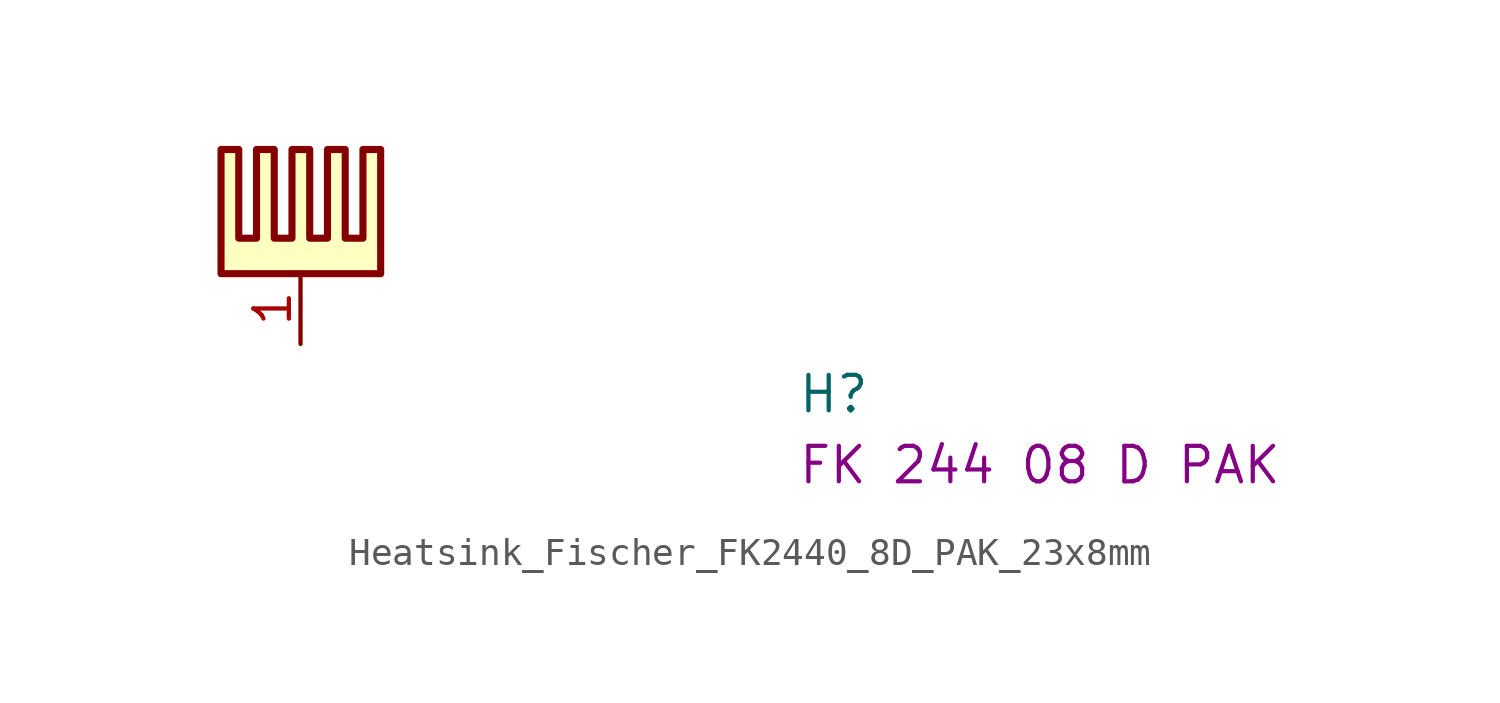
<source format=kicad_sym>
(kicad_symbol_lib
  (version 20220914)
  (generator kicad_symbol_editor)
  (symbol "Heatsink_Fischer_FK2440_8D_PAK_23x8mm"
    (pin_names hide)
    (property "Reference" "H"
      (at 17.78 -2.54 0)
      (effects (font (size 1.27 1.27) (thickness 0.15)) (justify left bottom)))
    (property "MPN" "FK 244 08 D PAK"
      (at 17.78 -5.08 0)
      (effects (font (size 1.27 1.27) (thickness 0.15)) (justify left bottom)))
    (symbol "Heatsink_Fischer_FK2440_8D_PAK_23x8mm_1_1"
      (polyline (pts (xy -2.845 6.96) (xy -2.21 6.96) (xy -2.21 3.785) (xy -1.575 3.785) (xy -1.575 6.96) (xy -0.94 6.96) (xy -0.94 3.785) (xy -0.305 3.785) (xy -0.305 6.96) (xy 0.33 6.96) (xy 0.33 3.785) (xy 0.965 3.785) (xy 0.965 6.96) (xy 1.6 6.96) (xy 1.6 3.785) (xy 2.235 3.785) (xy 2.235 6.96) (xy 2.87 6.96) (xy 2.87 2.515) (xy -2.845 2.515) (xy -2.845 6.96)) (stroke (width 0.254) (type default)) (fill (type background)))
      (pin passive line (at 0 0 90) (length 2.54) (name "1" (effects (font (size 1.27 1.27)))) (number "1" (effects (font (size 1.27 1.27))))))))
</source>
